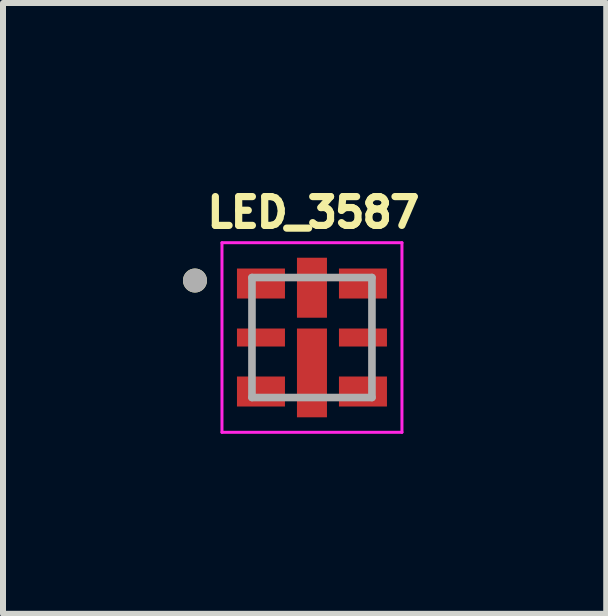
<source format=kicad_pcb>
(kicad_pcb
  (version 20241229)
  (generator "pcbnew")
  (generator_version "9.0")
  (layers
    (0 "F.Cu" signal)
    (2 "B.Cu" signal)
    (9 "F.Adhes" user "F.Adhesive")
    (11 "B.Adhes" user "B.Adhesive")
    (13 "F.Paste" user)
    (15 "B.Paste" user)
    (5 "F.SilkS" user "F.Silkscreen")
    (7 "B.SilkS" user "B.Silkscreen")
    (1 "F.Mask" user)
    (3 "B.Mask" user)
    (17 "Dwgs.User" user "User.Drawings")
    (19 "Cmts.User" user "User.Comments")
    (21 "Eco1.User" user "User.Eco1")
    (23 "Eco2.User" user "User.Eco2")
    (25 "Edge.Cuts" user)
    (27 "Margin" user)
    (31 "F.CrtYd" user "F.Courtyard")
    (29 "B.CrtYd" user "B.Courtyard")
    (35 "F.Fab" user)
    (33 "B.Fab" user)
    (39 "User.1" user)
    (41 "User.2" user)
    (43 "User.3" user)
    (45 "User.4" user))
  (footprint "LED_3587"
    (layer "F.Cu")
    (at 2.15 2.576)
    (property "Reference" "LED_3587" (at 0.024 -2.085 0) (layer "F.SilkS") (effects (font (size 0.48 0.48) (thickness 0.15))))
    (attr smd)
    (fp_poly (pts (xy -1.3 -1.2) (xy -0.4 -1.2) (xy -0.4 -0.6) (xy -1.3 -0.6)) (stroke (width 0.01) (type solid)) (fill yes) (layer "F.Mask"))
    (fp_poly (pts (xy -1.3 -0.2) (xy -0.4 -0.2) (xy -0.4 0.2) (xy -1.3 0.2)) (stroke (width 0.01) (type solid)) (fill yes) (layer "F.Mask"))
    (fp_poly (pts (xy -1.3 0.6) (xy -0.4 0.6) (xy -0.4 1.2) (xy -1.3 1.2)) (stroke (width 0.01) (type solid)) (fill yes) (layer "F.Mask"))
    (fp_poly (pts (xy -0.3 -1.38) (xy 0.3 -1.38) (xy 0.3 -0.28) (xy -0.3 -0.28)) (stroke (width 0.01) (type solid)) (fill yes) (layer "F.Mask"))
    (fp_poly (pts (xy -0.3 -0.2) (xy 0.3 -0.2) (xy 0.3 1.38) (xy -0.3 1.38)) (stroke (width 0.01) (type solid)) (fill yes) (layer "F.Mask"))
    (fp_poly (pts (xy 0.4 -1.2) (xy 1.3 -1.2) (xy 1.3 -0.6) (xy 0.4 -0.6)) (stroke (width 0.01) (type solid)) (fill yes) (layer "F.Mask"))
    (fp_poly (pts (xy 0.4 -0.2) (xy 1.3 -0.2) (xy 1.3 0.2) (xy 0.4 0.2)) (stroke (width 0.01) (type solid)) (fill yes) (layer "F.Mask"))
    (fp_poly (pts (xy 0.4 0.6) (xy 1.3 0.6) (xy 1.3 1.2) (xy 0.4 1.2)) (stroke (width 0.01) (type solid)) (fill yes) (layer "F.Mask"))
    (fp_circle (center -1.95 -0.95) (end -1.85 -0.95) (stroke (width 0.2) (type solid)) (fill no) (layer "F.SilkS"))
    (fp_poly (pts (xy -0.158 -1.146) (xy 0.158 -1.146) (xy 0.158 -0.514) (xy -0.158 -0.514)) (stroke (width 0.01) (type solid)) (fill yes) (layer "F.Paste"))
    (fp_poly (pts (xy -0.158 0.122) (xy 0.158 0.122) (xy 0.158 1.058) (xy -0.158 1.058)) (stroke (width 0.01) (type solid)) (fill yes) (layer "F.Paste"))
    (fp_line (start -1.5 -1.58) (end -1.5 1.58) (stroke (width 0.05) (type solid)) (layer "F.CrtYd"))
    (fp_line (start -1.5 1.58) (end 1.5 1.58) (stroke (width 0.05) (type solid)) (layer "F.CrtYd"))
    (fp_line (start 1.5 -1.58) (end -1.5 -1.58) (stroke (width 0.05) (type solid)) (layer "F.CrtYd"))
    (fp_line (start 1.5 1.58) (end 1.5 -1.58) (stroke (width 0.05) (type solid)) (layer "F.CrtYd"))
    (fp_line (start -1 -1) (end 1 -1) (stroke (width 0.127) (type solid)) (layer "F.Fab"))
    (fp_line (start -1 1) (end -1 -1) (stroke (width 0.127) (type solid)) (layer "F.Fab"))
    (fp_line (start 1 -1) (end 1 1) (stroke (width 0.127) (type solid)) (layer "F.Fab"))
    (fp_line (start 1 1) (end -1 1) (stroke (width 0.127) (type solid)) (layer "F.Fab"))
    (fp_circle (center -1.95 -0.95) (end -1.85 -0.95) (stroke (width 0.2) (type solid)) (fill no) (layer "F.Fab"))
    (pad "1" smd rect (at -0.85 -0.9) (size 0.8 0.5) (layers "F.Cu" "F.Paste"))
    (pad "2" smd rect (at -0.85 0) (size 0.8 0.3) (layers "F.Cu" "F.Paste"))
    (pad "3" smd rect (at -0.85 0.9) (size 0.8 0.5) (layers "F.Cu" "F.Paste"))
    (pad "4" smd rect (at 0.85 0.9) (size 0.8 0.5) (layers "F.Cu" "F.Paste"))
    (pad "5" smd rect (at 0.85 0) (size 0.8 0.3) (layers "F.Cu" "F.Paste"))
    (pad "6" smd rect (at 0.85 -0.9) (size 0.8 0.5) (layers "F.Cu" "F.Paste"))
    (pad "7" smd rect (at 0 -0.83) (size 0.5 1) (layers "F.Cu"))
    (pad "8" smd rect (at 0 0.59) (size 0.5 1.48) (layers "F.Cu")))
  (gr_rect
    (start -3 -3)
    (end 7.055 7.181)
    (stroke (width 0.1) (type default))
    (fill no)
    (layer "Edge.Cuts")))
</source>
